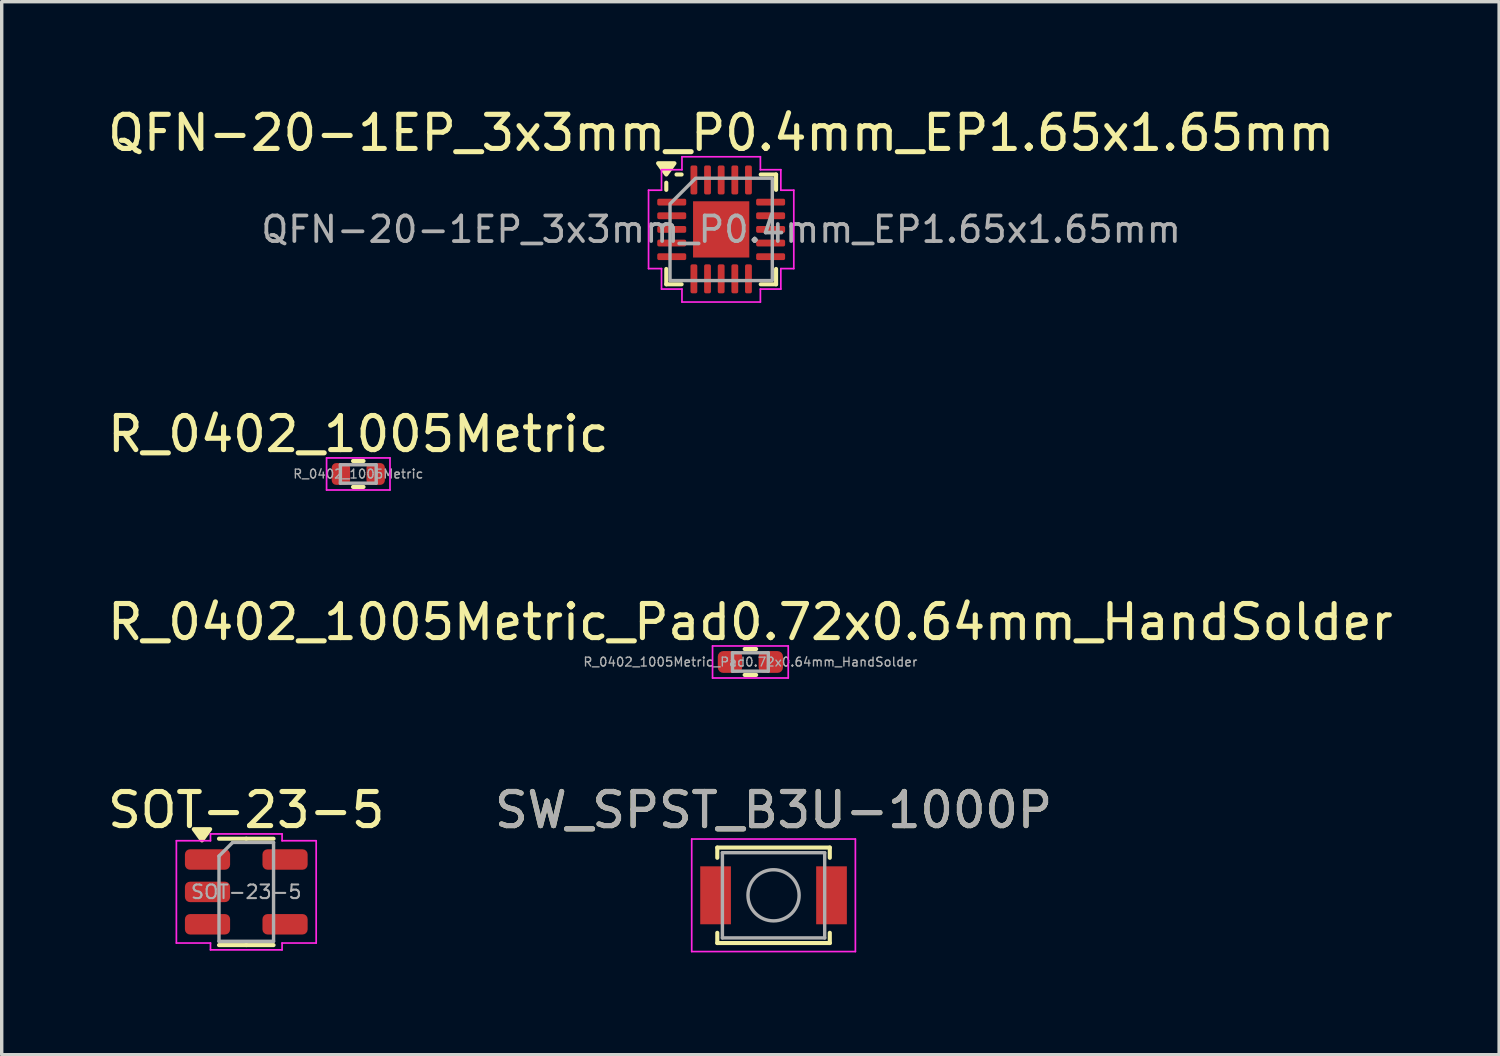
<source format=kicad_pcb>
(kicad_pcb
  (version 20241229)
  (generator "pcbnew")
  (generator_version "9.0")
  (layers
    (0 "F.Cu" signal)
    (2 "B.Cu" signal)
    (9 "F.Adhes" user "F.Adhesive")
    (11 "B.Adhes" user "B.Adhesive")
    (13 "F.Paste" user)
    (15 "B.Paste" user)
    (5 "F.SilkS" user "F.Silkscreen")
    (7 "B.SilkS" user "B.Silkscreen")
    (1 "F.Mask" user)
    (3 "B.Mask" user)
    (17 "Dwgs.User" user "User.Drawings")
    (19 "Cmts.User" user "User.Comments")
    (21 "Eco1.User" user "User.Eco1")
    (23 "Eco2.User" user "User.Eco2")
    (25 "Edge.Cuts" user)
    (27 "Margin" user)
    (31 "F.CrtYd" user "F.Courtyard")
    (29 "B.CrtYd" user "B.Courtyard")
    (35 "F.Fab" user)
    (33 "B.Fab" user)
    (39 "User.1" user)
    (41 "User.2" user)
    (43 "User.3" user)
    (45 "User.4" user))
  (footprint "R_0402_1005Metric_Pad0.72x0.64mm_HandSolder"
    (layer "F.Cu")
    (at 18.958 16.365)
    (property "Reference" "R_0402_1005Metric_Pad0.72x0.64mm_HandSolder" (at 0 -1.17 0) (layer "F.SilkS") (effects (font (size 1 1) (thickness 0.15))))
    (attr smd)
    (fp_line (start -0.168 -0.38) (end 0.168 -0.38) (stroke (width 0.12) (type solid)) (layer "F.SilkS"))
    (fp_line (start -0.168 0.38) (end 0.168 0.38) (stroke (width 0.12) (type solid)) (layer "F.SilkS"))
    (fp_line (start -1.11 0.47) (end -1.11 -0.47) (stroke (width 0.05) (type solid)) (layer "F.CrtYd"))
    (fp_line (start -1.11 -0.47) (end 1.11 -0.47) (stroke (width 0.05) (type solid)) (layer "F.CrtYd"))
    (fp_line (start 1.11 0.47) (end -1.11 0.47) (stroke (width 0.05) (type solid)) (layer "F.CrtYd"))
    (fp_line (start 1.11 -0.47) (end 1.11 0.47) (stroke (width 0.05) (type solid)) (layer "F.CrtYd"))
    (fp_line (start -0.525 -0.27) (end 0.525 -0.27) (stroke (width 0.1) (type solid)) (layer "F.Fab"))
    (fp_line (start -0.525 0.27) (end -0.525 -0.27) (stroke (width 0.1) (type solid)) (layer "F.Fab"))
    (fp_line (start 0.525 -0.27) (end 0.525 0.27) (stroke (width 0.1) (type solid)) (layer "F.Fab"))
    (fp_line (start 0.525 0.27) (end -0.525 0.27) (stroke (width 0.1) (type solid)) (layer "F.Fab"))
    (fp_text user "${REFERENCE}" (at 0 0 0) (layer "F.Fab") (effects (font (size 0.26 0.26) (thickness 0.04))))
    (pad "1" smd roundrect (at -0.598 0) (size 0.715 0.64) (layers "F.Cu" "F.Mask" "F.Paste") (roundrect_rratio 0.25))
    (pad "2" smd roundrect (at 0.598 0) (size 0.715 0.64) (layers "F.Cu" "F.Mask" "F.Paste") (roundrect_rratio 0.25)))
  (footprint "QFN-20-1EP_3x3mm_P0.4mm_EP1.65x1.65mm"
    (layer "F.Cu")
    (at 18.101 3.678)
    (property "Reference" "QFN-20-1EP_3x3mm_P0.4mm_EP1.65x1.65mm" (at 0 -2.83 0) (layer "F.SilkS") (effects (font (size 1 1) (thickness 0.15))))
    (attr smd)
    (fp_line (start -1.61 -1.16) (end -1.61 -1.37) (stroke (width 0.12) (type solid)) (layer "F.SilkS"))
    (fp_line (start -1.61 1.61) (end -1.61 1.16) (stroke (width 0.12) (type solid)) (layer "F.SilkS"))
    (fp_line (start -1.16 -1.61) (end -1.31 -1.61) (stroke (width 0.12) (type solid)) (layer "F.SilkS"))
    (fp_line (start -1.16 1.61) (end -1.61 1.61) (stroke (width 0.12) (type solid)) (layer "F.SilkS"))
    (fp_line (start 1.16 -1.61) (end 1.61 -1.61) (stroke (width 0.12) (type solid)) (layer "F.SilkS"))
    (fp_line (start 1.16 1.61) (end 1.61 1.61) (stroke (width 0.12) (type solid)) (layer "F.SilkS"))
    (fp_line (start 1.61 -1.61) (end 1.61 -1.16) (stroke (width 0.12) (type solid)) (layer "F.SilkS"))
    (fp_line (start 1.61 1.61) (end 1.61 1.16) (stroke (width 0.12) (type solid)) (layer "F.SilkS"))
    (fp_poly (pts (xy -1.61 -1.61) (xy -1.85 -1.94) (xy -1.37 -1.94)) (stroke (width 0.12) (type solid)) (fill yes) (layer "F.SilkS"))
    (fp_line (start -2.13 -1.15) (end -1.75 -1.15) (stroke (width 0.05) (type solid)) (layer "F.CrtYd"))
    (fp_line (start -2.13 1.15) (end -2.13 -1.15) (stroke (width 0.05) (type solid)) (layer "F.CrtYd"))
    (fp_line (start -1.75 -1.75) (end -1.15 -1.75) (stroke (width 0.05) (type solid)) (layer "F.CrtYd"))
    (fp_line (start -1.75 -1.15) (end -1.75 -1.75) (stroke (width 0.05) (type solid)) (layer "F.CrtYd"))
    (fp_line (start -1.75 1.15) (end -2.13 1.15) (stroke (width 0.05) (type solid)) (layer "F.CrtYd"))
    (fp_line (start -1.75 1.75) (end -1.75 1.15) (stroke (width 0.05) (type solid)) (layer "F.CrtYd"))
    (fp_line (start -1.15 -2.13) (end 1.15 -2.13) (stroke (width 0.05) (type solid)) (layer "F.CrtYd"))
    (fp_line (start -1.15 -1.75) (end -1.15 -2.13) (stroke (width 0.05) (type solid)) (layer "F.CrtYd"))
    (fp_line (start -1.15 1.75) (end -1.75 1.75) (stroke (width 0.05) (type solid)) (layer "F.CrtYd"))
    (fp_line (start -1.15 2.13) (end -1.15 1.75) (stroke (width 0.05) (type solid)) (layer "F.CrtYd"))
    (fp_line (start 1.15 -2.13) (end 1.15 -1.75) (stroke (width 0.05) (type solid)) (layer "F.CrtYd"))
    (fp_line (start 1.15 -1.75) (end 1.75 -1.75) (stroke (width 0.05) (type solid)) (layer "F.CrtYd"))
    (fp_line (start 1.15 1.75) (end 1.15 2.13) (stroke (width 0.05) (type solid)) (layer "F.CrtYd"))
    (fp_line (start 1.15 2.13) (end -1.15 2.13) (stroke (width 0.05) (type solid)) (layer "F.CrtYd"))
    (fp_line (start 1.75 -1.75) (end 1.75 -1.15) (stroke (width 0.05) (type solid)) (layer "F.CrtYd"))
    (fp_line (start 1.75 -1.15) (end 2.13 -1.15) (stroke (width 0.05) (type solid)) (layer "F.CrtYd"))
    (fp_line (start 1.75 1.15) (end 1.75 1.75) (stroke (width 0.05) (type solid)) (layer "F.CrtYd"))
    (fp_line (start 1.75 1.75) (end 1.15 1.75) (stroke (width 0.05) (type solid)) (layer "F.CrtYd"))
    (fp_line (start 2.13 -1.15) (end 2.13 1.15) (stroke (width 0.05) (type solid)) (layer "F.CrtYd"))
    (fp_line (start 2.13 1.15) (end 1.75 1.15) (stroke (width 0.05) (type solid)) (layer "F.CrtYd"))
    (fp_poly (pts (xy -1.5 -0.75) (xy -1.5 1.5) (xy 1.5 1.5) (xy 1.5 -1.5) (xy -0.75 -1.5)) (stroke (width 0.1) (type solid)) (fill no) (layer "F.Fab"))
    (fp_text user "${REFERENCE}" (at 0 0 0) (layer "F.Fab") (effects (font (size 0.75 0.75) (thickness 0.11))))
    (pad "" smd roundrect (at -0.41 0.41) (size 0.67 0.67) (layers "F.Paste") (roundrect_rratio 0.25))
    (pad "" smd roundrect (at -0.41 -0.41) (size 0.67 0.67) (layers "F.Paste") (roundrect_rratio 0.25))
    (pad "" smd roundrect (at 0.41 0.41) (size 0.67 0.67) (layers "F.Paste") (roundrect_rratio 0.25))
    (pad "" smd roundrect (at 0.41 -0.41) (size 0.67 0.67) (layers "F.Paste") (roundrect_rratio 0.25))
    (pad "1" smd roundrect (at -1.45 -0.8) (size 0.85 0.2) (layers "F.Cu" "F.Mask" "F.Paste") (roundrect_rratio 0.25))
    (pad "2" smd roundrect (at -1.45 -0.4) (size 0.85 0.2) (layers "F.Cu" "F.Mask" "F.Paste") (roundrect_rratio 0.25))
    (pad "3" smd roundrect (at -1.45 0) (size 0.85 0.2) (layers "F.Cu" "F.Mask" "F.Paste") (roundrect_rratio 0.25))
    (pad "4" smd roundrect (at -1.45 0.4) (size 0.85 0.2) (layers "F.Cu" "F.Mask" "F.Paste") (roundrect_rratio 0.25))
    (pad "5" smd roundrect (at -1.45 0.8) (size 0.85 0.2) (layers "F.Cu" "F.Mask" "F.Paste") (roundrect_rratio 0.25))
    (pad "6" smd roundrect (at -0.8 1.45) (size 0.2 0.85) (layers "F.Cu" "F.Mask" "F.Paste") (roundrect_rratio 0.25))
    (pad "7" smd roundrect (at -0.4 1.45) (size 0.2 0.85) (layers "F.Cu" "F.Mask" "F.Paste") (roundrect_rratio 0.25))
    (pad "8" smd roundrect (at 0 1.45) (size 0.2 0.85) (layers "F.Cu" "F.Mask" "F.Paste") (roundrect_rratio 0.25))
    (pad "9" smd roundrect (at 0.4 1.45) (size 0.2 0.85) (layers "F.Cu" "F.Mask" "F.Paste") (roundrect_rratio 0.25))
    (pad "10" smd roundrect (at 0.8 1.45) (size 0.2 0.85) (layers "F.Cu" "F.Mask" "F.Paste") (roundrect_rratio 0.25))
    (pad "11" smd roundrect (at 1.45 0.8) (size 0.85 0.2) (layers "F.Cu" "F.Mask" "F.Paste") (roundrect_rratio 0.25))
    (pad "12" smd roundrect (at 1.45 0.4) (size 0.85 0.2) (layers "F.Cu" "F.Mask" "F.Paste") (roundrect_rratio 0.25))
    (pad "13" smd roundrect (at 1.45 0) (size 0.85 0.2) (layers "F.Cu" "F.Mask" "F.Paste") (roundrect_rratio 0.25))
    (pad "14" smd roundrect (at 1.45 -0.4) (size 0.85 0.2) (layers "F.Cu" "F.Mask" "F.Paste") (roundrect_rratio 0.25))
    (pad "15" smd roundrect (at 1.45 -0.8) (size 0.85 0.2) (layers "F.Cu" "F.Mask" "F.Paste") (roundrect_rratio 0.25))
    (pad "16" smd roundrect (at 0.8 -1.45) (size 0.2 0.85) (layers "F.Cu" "F.Mask" "F.Paste") (roundrect_rratio 0.25))
    (pad "17" smd roundrect (at 0.4 -1.45) (size 0.2 0.85) (layers "F.Cu" "F.Mask" "F.Paste") (roundrect_rratio 0.25))
    (pad "18" smd roundrect (at 0 -1.45) (size 0.2 0.85) (layers "F.Cu" "F.Mask" "F.Paste") (roundrect_rratio 0.25))
    (pad "19" smd roundrect (at -0.4 -1.45) (size 0.2 0.85) (layers "F.Cu" "F.Mask" "F.Paste") (roundrect_rratio 0.25))
    (pad "20" smd roundrect (at -0.8 -1.45) (size 0.2 0.85) (layers "F.Cu" "F.Mask" "F.Paste") (roundrect_rratio 0.25))
    (pad "21" smd rect (at 0 0) (size 1.65 1.65) (property pad_prop_heatsink) (layers "F.Cu" "F.Mask")))
  (footprint "R_0402_1005Metric"
    (layer "F.Cu")
    (at 7.458 10.851)
    (property "Reference" "R_0402_1005Metric" (at 0 -1.17 0) (layer "F.SilkS") (effects (font (size 1 1) (thickness 0.15))))
    (attr smd)
    (fp_line (start -0.154 -0.38) (end 0.154 -0.38) (stroke (width 0.12) (type solid)) (layer "F.SilkS"))
    (fp_line (start -0.154 0.38) (end 0.154 0.38) (stroke (width 0.12) (type solid)) (layer "F.SilkS"))
    (fp_line (start -0.93 -0.47) (end 0.93 -0.47) (stroke (width 0.05) (type solid)) (layer "F.CrtYd"))
    (fp_line (start -0.93 0.47) (end -0.93 -0.47) (stroke (width 0.05) (type solid)) (layer "F.CrtYd"))
    (fp_line (start 0.93 -0.47) (end 0.93 0.47) (stroke (width 0.05) (type solid)) (layer "F.CrtYd"))
    (fp_line (start 0.93 0.47) (end -0.93 0.47) (stroke (width 0.05) (type solid)) (layer "F.CrtYd"))
    (fp_line (start -0.525 -0.27) (end 0.525 -0.27) (stroke (width 0.1) (type solid)) (layer "F.Fab"))
    (fp_line (start -0.525 0.27) (end -0.525 -0.27) (stroke (width 0.1) (type solid)) (layer "F.Fab"))
    (fp_line (start 0.525 -0.27) (end 0.525 0.27) (stroke (width 0.1) (type solid)) (layer "F.Fab"))
    (fp_line (start 0.525 0.27) (end -0.525 0.27) (stroke (width 0.1) (type solid)) (layer "F.Fab"))
    (fp_text user "${REFERENCE}" (at 0 0 0) (layer "F.Fab") (effects (font (size 0.26 0.26) (thickness 0.04))))
    (pad "1" smd roundrect (at -0.51 0) (size 0.54 0.64) (layers "F.Cu" "F.Mask" "F.Paste") (roundrect_rratio 0.25))
    (pad "2" smd roundrect (at 0.51 0) (size 0.54 0.64) (layers "F.Cu" "F.Mask" "F.Paste") (roundrect_rratio 0.25)))
  (footprint "SW_SPST_B3U-1000P"
    (layer "F.Cu")
    (at 19.637 23.208)
    (property "Reference" "SW_SPST_B3U-1000P" (at -0.000001 -2.5 180) (layer "F.SilkS") (effects (font (size 1 1) (thickness 0.15))))
    (attr smd)
    (fp_line (start -1.65 1.4) (end 1.65 1.4) (stroke (width 0.12) (type solid)) (layer "F.SilkS"))
    (fp_line (start -1.65 -1.1) (end -1.65 -1.4) (stroke (width 0.12) (type solid)) (layer "F.SilkS"))
    (fp_line (start -1.65 1.1) (end -1.65 1.4) (stroke (width 0.12) (type solid)) (layer "F.SilkS"))
    (fp_line (start -1.65 -1.4) (end 1.65 -1.4) (stroke (width 0.12) (type solid)) (layer "F.SilkS"))
    (fp_line (start 1.65 1.4) (end 1.65 1.1) (stroke (width 0.12) (type solid)) (layer "F.SilkS"))
    (fp_line (start 1.65 -1.4) (end 1.65 -1.1) (stroke (width 0.12) (type solid)) (layer "F.SilkS"))
    (fp_line (start -2.4 -1.65) (end -2.4 1.65) (stroke (width 0.05) (type solid)) (layer "F.CrtYd"))
    (fp_line (start -2.4 1.65) (end 2.4 1.65) (stroke (width 0.05) (type solid)) (layer "F.CrtYd"))
    (fp_line (start 2.4 -1.65) (end -2.4 -1.65) (stroke (width 0.05) (type solid)) (layer "F.CrtYd"))
    (fp_line (start 2.4 1.65) (end 2.4 -1.65) (stroke (width 0.05) (type solid)) (layer "F.CrtYd"))
    (fp_line (start -1.5 -1.25) (end 1.5 -1.25) (stroke (width 0.1) (type solid)) (layer "F.Fab"))
    (fp_line (start -1.5 1.25) (end -1.5 -1.25) (stroke (width 0.1) (type solid)) (layer "F.Fab"))
    (fp_line (start 1.5 -1.25) (end 1.5 1.25) (stroke (width 0.1) (type solid)) (layer "F.Fab"))
    (fp_line (start 1.5 1.25) (end -1.5 1.25) (stroke (width 0.1) (type solid)) (layer "F.Fab"))
    (fp_circle (center 0 0) (end 0.75 0) (stroke (width 0.1) (type solid)) (fill no) (layer "F.Fab"))
    (fp_text user "${REFERENCE}" (at -0.000001 -2.5 180) (layer "F.Fab") (effects (font (size 1 1) (thickness 0.15))))
    (pad "1" smd rect (at -1.7 0) (size 0.9 1.7) (layers "F.Cu" "F.Mask" "F.Paste"))
    (pad "2" smd rect (at 1.7 0) (size 0.9 1.7) (layers "F.Cu" "F.Mask" "F.Paste")))
  (footprint "SOT-23-5"
    (layer "F.Cu")
    (at 4.173 23.108)
    (property "Reference" "SOT-23-5" (at 0 -2.4 180) (layer "F.SilkS") (effects (font (size 1 1) (thickness 0.15))))
    (attr smd)
    (fp_line (start 0 -1.56) (end -0.8 -1.56) (stroke (width 0.12) (type solid)) (layer "F.SilkS"))
    (fp_line (start 0 -1.56) (end 0.8 -1.56) (stroke (width 0.12) (type solid)) (layer "F.SilkS"))
    (fp_line (start 0 1.56) (end -0.8 1.56) (stroke (width 0.12) (type solid)) (layer "F.SilkS"))
    (fp_line (start 0 1.56) (end 0.8 1.56) (stroke (width 0.12) (type solid)) (layer "F.SilkS"))
    (fp_poly (pts (xy -1.3 -1.51) (xy -1.54 -1.84) (xy -1.06 -1.84)) (stroke (width 0.12) (type solid)) (fill yes) (layer "F.SilkS"))
    (fp_line (start -2.05 -1.5) (end -1.05 -1.5) (stroke (width 0.05) (type solid)) (layer "F.CrtYd"))
    (fp_line (start -2.05 1.5) (end -2.05 -1.5) (stroke (width 0.05) (type solid)) (layer "F.CrtYd"))
    (fp_line (start -1.05 -1.7) (end 1.05 -1.7) (stroke (width 0.05) (type solid)) (layer "F.CrtYd"))
    (fp_line (start -1.05 -1.5) (end -1.05 -1.7) (stroke (width 0.05) (type solid)) (layer "F.CrtYd"))
    (fp_line (start -1.05 1.5) (end -2.05 1.5) (stroke (width 0.05) (type solid)) (layer "F.CrtYd"))
    (fp_line (start -1.05 1.7) (end -1.05 1.5) (stroke (width 0.05) (type solid)) (layer "F.CrtYd"))
    (fp_line (start 1.05 -1.7) (end 1.05 -1.5) (stroke (width 0.05) (type solid)) (layer "F.CrtYd"))
    (fp_line (start 1.05 -1.5) (end 2.05 -1.5) (stroke (width 0.05) (type solid)) (layer "F.CrtYd"))
    (fp_line (start 1.05 1.5) (end 1.05 1.7) (stroke (width 0.05) (type solid)) (layer "F.CrtYd"))
    (fp_line (start 1.05 1.7) (end -1.05 1.7) (stroke (width 0.05) (type solid)) (layer "F.CrtYd"))
    (fp_line (start 2.05 -1.5) (end 2.05 1.5) (stroke (width 0.05) (type solid)) (layer "F.CrtYd"))
    (fp_line (start 2.05 1.5) (end 1.05 1.5) (stroke (width 0.05) (type solid)) (layer "F.CrtYd"))
    (fp_line (start -0.8 1.45) (end -0.8 -1.05) (stroke (width 0.1) (type solid)) (layer "F.Fab"))
    (fp_line (start -0.8 -1.05) (end -0.4 -1.45) (stroke (width 0.1) (type solid)) (layer "F.Fab"))
    (fp_line (start -0.4 -1.45) (end 0.8 -1.45) (stroke (width 0.1) (type solid)) (layer "F.Fab"))
    (fp_line (start 0.8 -1.45) (end 0.8 1.45) (stroke (width 0.1) (type solid)) (layer "F.Fab"))
    (fp_line (start 0.8 1.45) (end -0.8 1.45) (stroke (width 0.1) (type solid)) (layer "F.Fab"))
    (fp_text user "${REFERENCE}" (at 0 0 180) (layer "F.Fab") (effects (font (size 0.4 0.4) (thickness 0.06))))
    (pad "1" smd roundrect (at -1.137 -0.95) (size 1.325 0.6) (layers "F.Cu" "F.Mask" "F.Paste") (roundrect_rratio 0.25))
    (pad "2" smd roundrect (at -1.137 0) (size 1.325 0.6) (layers "F.Cu" "F.Mask" "F.Paste") (roundrect_rratio 0.25))
    (pad "3" smd roundrect (at -1.137 0.95) (size 1.325 0.6) (layers "F.Cu" "F.Mask" "F.Paste") (roundrect_rratio 0.25))
    (pad "4" smd roundrect (at 1.137 0.95) (size 1.325 0.6) (layers "F.Cu" "F.Mask" "F.Paste") (roundrect_rratio 0.25))
    (pad "5" smd roundrect (at 1.137 -0.95) (size 1.325 0.6) (layers "F.Cu" "F.Mask" "F.Paste") (roundrect_rratio 0.25)))
  (gr_rect
    (start -3 -3)
    (end 40.917 27.883)
    (stroke (width 0.1) (type default))
    (fill no)
    (layer "Edge.Cuts")))
</source>
